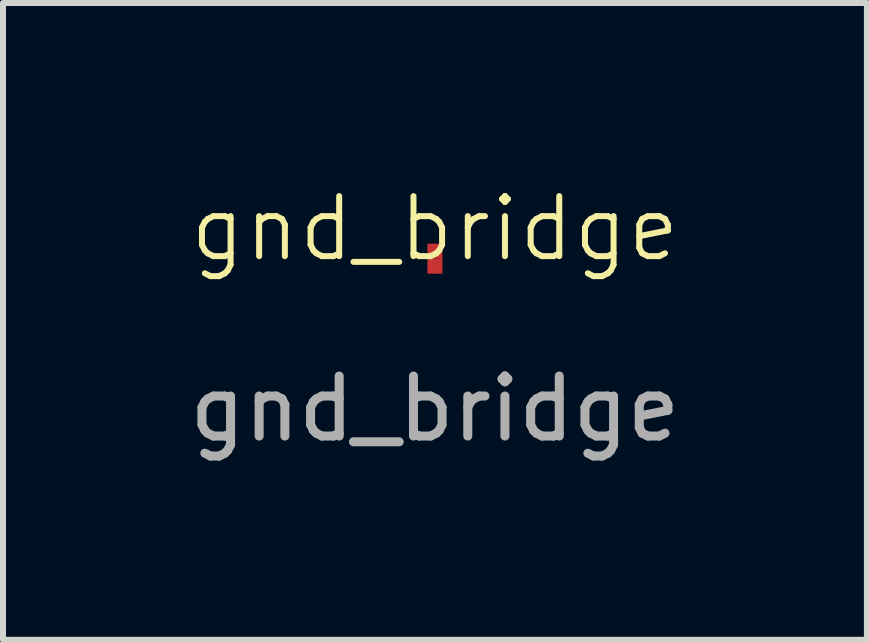
<source format=kicad_pcb>
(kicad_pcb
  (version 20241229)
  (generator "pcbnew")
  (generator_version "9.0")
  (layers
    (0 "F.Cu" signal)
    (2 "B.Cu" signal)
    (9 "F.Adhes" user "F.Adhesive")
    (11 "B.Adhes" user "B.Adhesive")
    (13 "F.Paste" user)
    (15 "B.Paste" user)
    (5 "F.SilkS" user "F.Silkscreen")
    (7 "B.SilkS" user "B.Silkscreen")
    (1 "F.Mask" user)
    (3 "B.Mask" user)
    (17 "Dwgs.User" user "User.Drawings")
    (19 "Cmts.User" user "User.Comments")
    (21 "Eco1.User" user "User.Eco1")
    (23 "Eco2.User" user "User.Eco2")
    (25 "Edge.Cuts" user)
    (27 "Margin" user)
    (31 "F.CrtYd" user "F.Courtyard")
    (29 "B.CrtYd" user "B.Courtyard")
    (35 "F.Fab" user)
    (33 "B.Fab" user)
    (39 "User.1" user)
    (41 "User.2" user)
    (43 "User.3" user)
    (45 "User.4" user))
  (footprint "gnd_bridge"
    (layer "F.Cu")
    (at 4.196 1.26)
    (property "Reference" "gnd_bridge" (at 0 -0.5 0) (unlocked yes) (layer "F.SilkS") (effects (font (size 1 1) (thickness 0.1))))
    (attr smd)
    (fp_text user "${REFERENCE}" (at 0 2.5 0) (unlocked yes) (layer "F.Fab") (effects (font (size 1 1) (thickness 0.15))))
    (pad "1" smd rect (at 0 -0.125) (size 0.25 0.25) (layers "F.Cu" "F.Mask" "F.Paste"))
    (pad "2" smd rect (at 0 0.125) (size 0.25 0.25) (layers "F.Cu" "F.Mask" "F.Paste")))
  (gr_rect
    (start -3 -3)
    (end 11.393 7.609)
    (stroke (width 0.1) (type default))
    (fill no)
    (layer "Edge.Cuts")))
</source>
